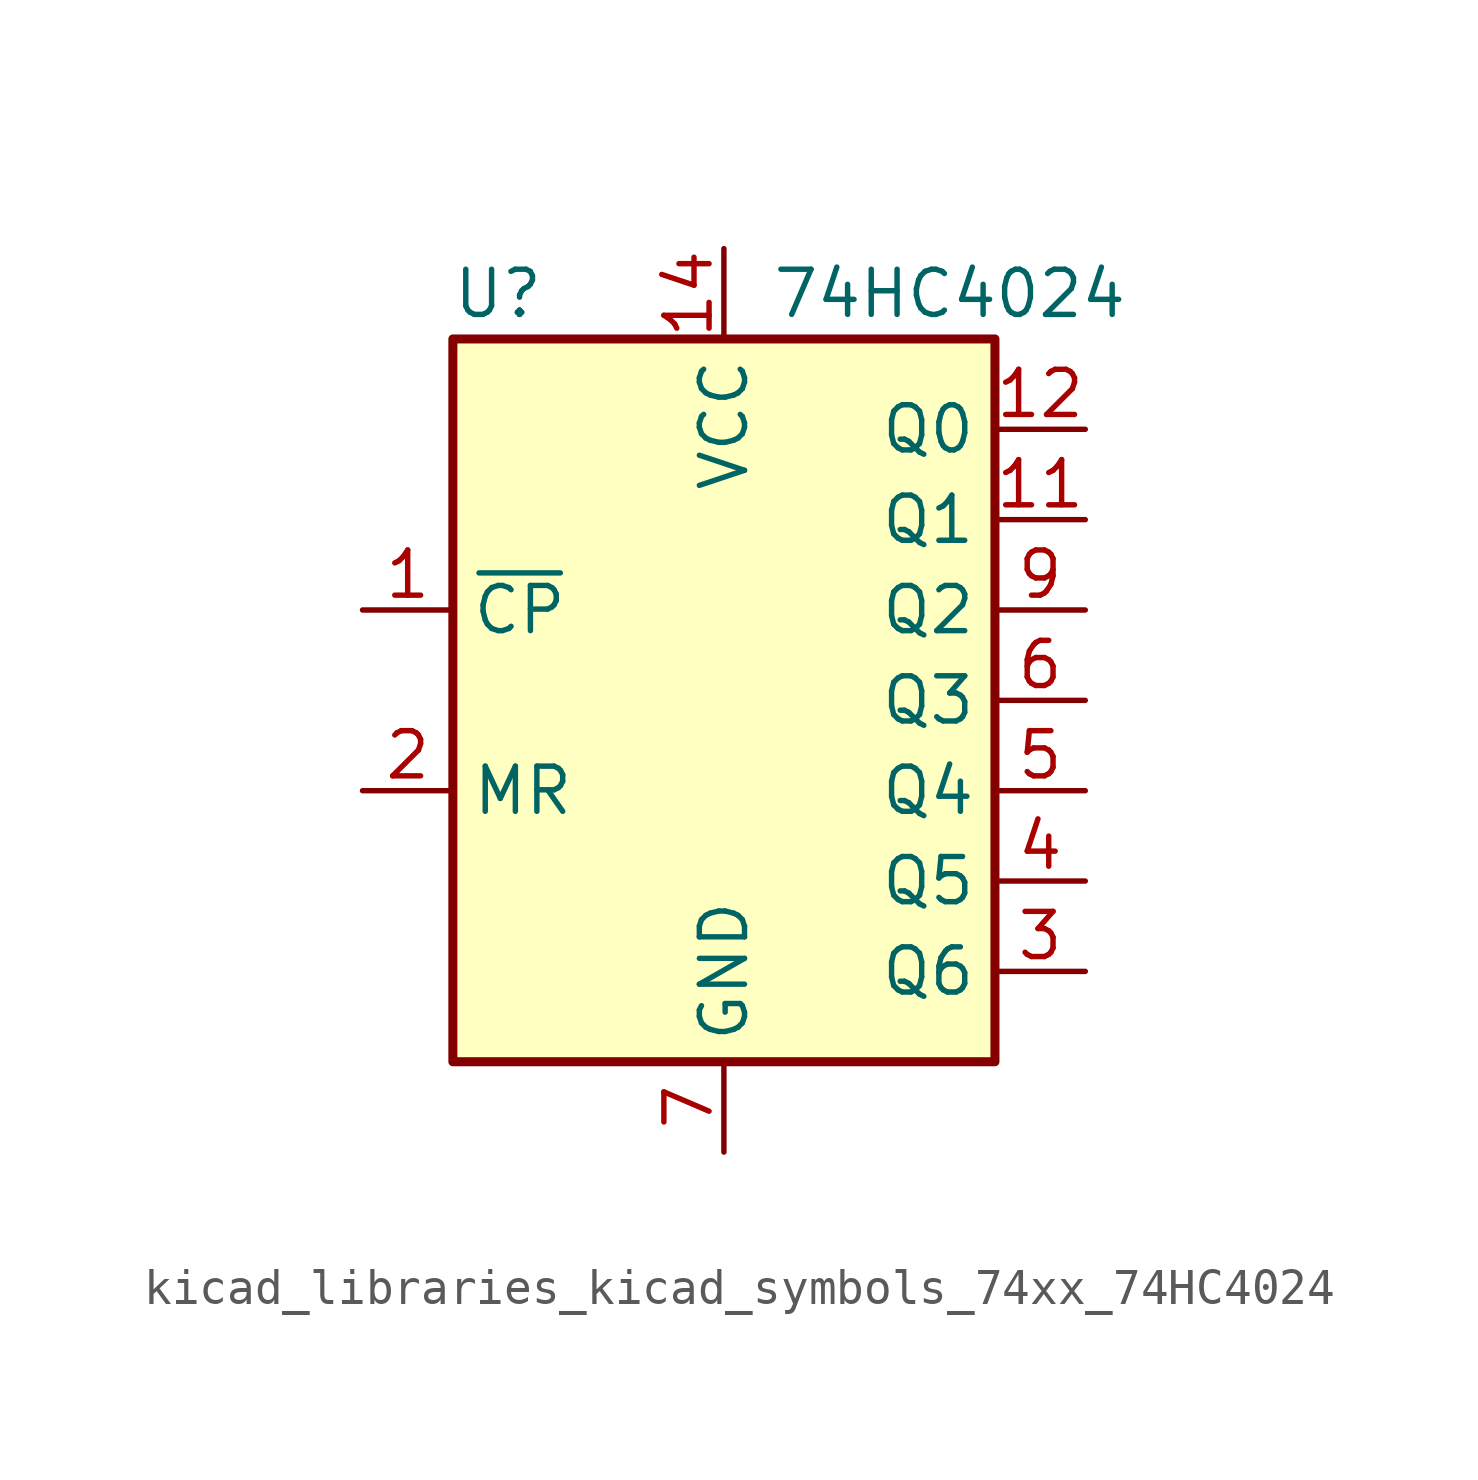
<source format=kicad_sym>
(kicad_symbol_lib
  (version 20220914)
  (generator kicad_symbol_editor)
  (symbol "kicad_libraries_kicad_symbols_74xx_74HC4024"
    (property "Reference" "U"
      (at -6.35 11.43 0)
      (effects (font (size 1.27 1.27))))
    (property "Value" "74HC4024"
      (at 6.35 11.43 0)
      (effects (font (size 1.27 1.27))))
    (symbol "kicad_libraries_kicad_symbols_74xx_74HC4024_0_1"
      (rectangle (start -7.62 10.16) (end 7.62 -10.16) (stroke (width 0.254) (type default)) (fill (type background))))
    (symbol "kicad_libraries_kicad_symbols_74xx_74HC4024_1_0"
      (pin input line (at -10.16 2.54 0) (length 2.54) (name "~{CP}" (effects (font (size 1.27 1.27)))) (number "1" (effects (font (size 1.27 1.27)))))
      (pin no_connect line (at -7.62 5.08 0) (length 2.54) hide (name "~" (effects (font (size 1.27 1.27)))) (number "10" (effects (font (size 1.27 1.27)))))
      (pin output line (at 10.16 5.08 180) (length 2.54) (name "Q1" (effects (font (size 1.27 1.27)))) (number "11" (effects (font (size 1.27 1.27)))))
      (pin output line (at 10.16 7.62 180) (length 2.54) (name "Q0" (effects (font (size 1.27 1.27)))) (number "12" (effects (font (size 1.27 1.27)))))
      (pin no_connect line (at -7.62 -5.08 0) (length 2.54) hide (name "~" (effects (font (size 1.27 1.27)))) (number "13" (effects (font (size 1.27 1.27)))))
      (pin power_in line (at 0 12.7 270) (length 2.54) (name "VCC" (effects (font (size 1.27 1.27)))) (number "14" (effects (font (size 1.27 1.27)))))
      (pin input line (at -10.16 -2.54 0) (length 2.54) (name "MR" (effects (font (size 1.27 1.27)))) (number "2" (effects (font (size 1.27 1.27)))))
      (pin output line (at 10.16 -7.62 180) (length 2.54) (name "Q6" (effects (font (size 1.27 1.27)))) (number "3" (effects (font (size 1.27 1.27)))))
      (pin output line (at 10.16 -5.08 180) (length 2.54) (name "Q5" (effects (font (size 1.27 1.27)))) (number "4" (effects (font (size 1.27 1.27)))))
      (pin output line (at 10.16 -2.54 180) (length 2.54) (name "Q4" (effects (font (size 1.27 1.27)))) (number "5" (effects (font (size 1.27 1.27)))))
      (pin output line (at 10.16 0 180) (length 2.54) (name "Q3" (effects (font (size 1.27 1.27)))) (number "6" (effects (font (size 1.27 1.27)))))
      (pin power_in line (at 0 -12.7 90) (length 2.54) (name "GND" (effects (font (size 1.27 1.27)))) (number "7" (effects (font (size 1.27 1.27)))))
      (pin no_connect line (at -7.62 7.62 0) (length 2.54) hide (name "~" (effects (font (size 1.27 1.27)))) (number "8" (effects (font (size 1.27 1.27)))))
      (pin output line (at 10.16 2.54 180) (length 2.54) (name "Q2" (effects (font (size 1.27 1.27)))) (number "9" (effects (font (size 1.27 1.27))))))))
</source>
